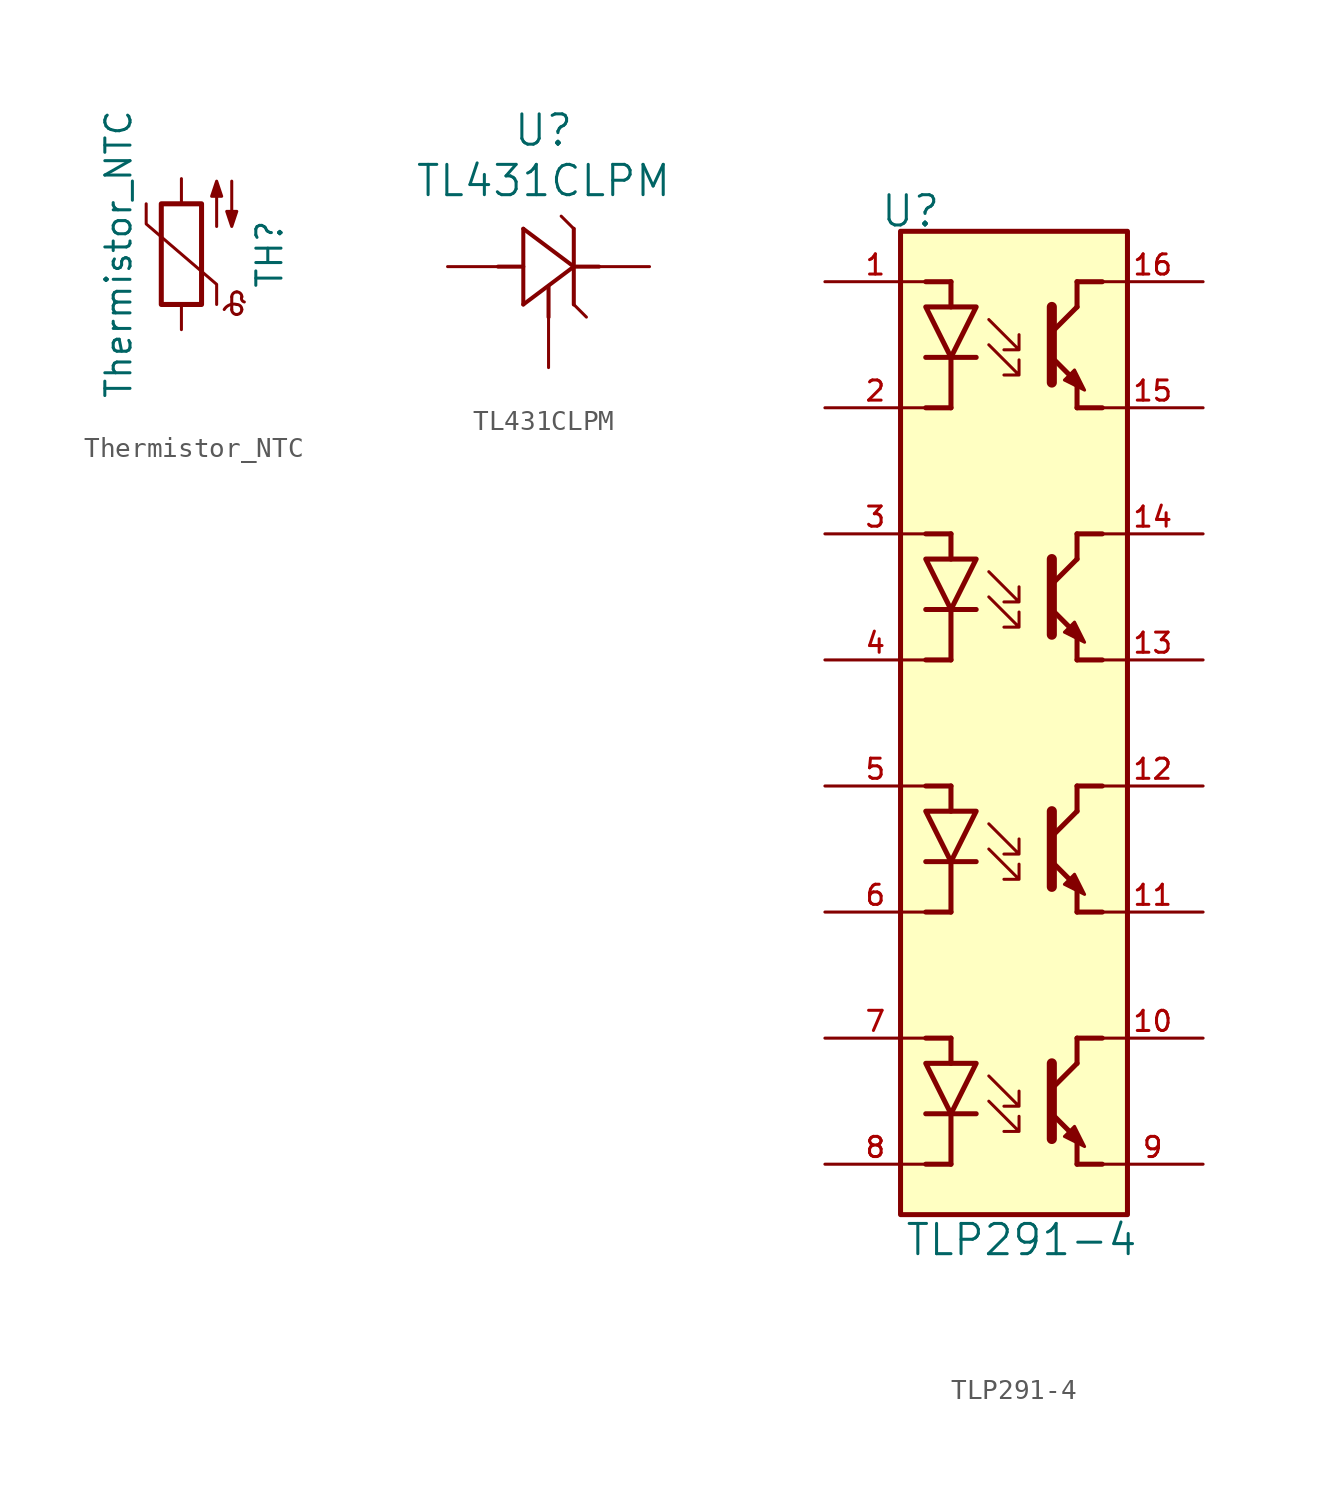
<source format=kicad_sym>
(kicad_symbol_lib
  (version 20231120)
  (generator "kicad_symbol_editor")
  (generator_version "8.0")
  (symbol "Thermistor_NTC"
    (pin_numbers hide)
    (pin_names
      (offset 0))
    (property "Reference" "TH"
      (at 4.445 0 90)
      (effects (font (size 1.27 1.27))))
    (property "Value" "Thermistor_NTC"
      (at -3.175 0 90)
      (effects (font (size 1.27 1.27))))
    (symbol "Thermistor_NTC_0_1"
      (polyline (pts (xy 2.54 -2.159) (xy 2.54 -2.794)) (stroke (width 0) (type default)) (fill (type none)))
      (polyline (pts (xy 1.778 -2.54) (xy 1.778 -1.524) (xy -1.778 1.524) (xy -1.778 2.54)) (stroke (width 0) (type default)) (fill (type none)))
      (polyline (pts (xy 1.778 1.397) (xy 1.778 3.683) (xy 2.032 2.921) (xy 1.524 2.921) (xy 1.778 3.683) (xy 1.778 3.429)) (stroke (width 0) (type default)) (fill (type outline)))
      (polyline (pts (xy 2.54 3.683) (xy 2.54 1.397) (xy 2.794 2.159) (xy 2.286 2.159) (xy 2.54 1.397) (xy 2.54 1.651)) (stroke (width 0) (type default)) (fill (type outline)))
      (rectangle (start 1.016 -2.54) (end -1.016 2.54) (stroke (width 0.254) (type default)) (fill (type none)))
      (arc (start 2.54 -2.794) (mid 2.6144 -2.9736) (end 2.794 -3.048) (stroke (width 0) (type default)) (fill (type none)))
      (arc (start 2.794 -3.048) (mid 2.9736 -2.9736) (end 3.048 -2.794) (stroke (width 0) (type default)) (fill (type none)))
      (arc (start 2.794 -2.54) (mid 2.434 -2.5608) (end 2.159 -2.794) (stroke (width 0) (type default)) (fill (type none)))
      (arc (start 2.794 -1.905) (mid 2.6144 -1.9794) (end 2.54 -2.159) (stroke (width 0) (type default)) (fill (type none)))
      (arc (start 3.048 -2.794) (mid 2.9736 -2.6144) (end 2.794 -2.54) (stroke (width 0) (type default)) (fill (type none)))
      (arc (start 3.048 -2.159) (mid 2.9736 -1.9794) (end 2.794 -1.905) (stroke (width 0) (type default)) (fill (type none)))
      (arc (start 3.048 -2.159) (mid 3.0505 -2.3165) (end 3.175 -2.413) (stroke (width 0) (type default)) (fill (type none))))
    (symbol "Thermistor_NTC_1_1"
      (pin passive line (at 0 -3.81 90) (length 1.27) (name "~" (effects (font (size 1.27 1.27)))) (number "1" (effects (font (size 1.27 1.27)))))
      (pin passive line (at 0 3.81 270) (length 1.27) (name "~" (effects (font (size 1.27 1.27)))) (number "2" (effects (font (size 1.27 1.27)))))))
  (symbol "TL431CLPM"
    (pin_numbers hide)
    (pin_names
      (offset 0.254) hide)
    (property "Reference" "U"
      (at 35.306 14.478 0)
      (effects (font (size 1.524 1.524))))
    (property "Value" "TL431CLPM"
      (at 35.306 11.938 0)
      (effects (font (size 1.524 1.524))))
    (symbol "TL431CLPM_0_1"
      (polyline (pts (xy 36.83 5.715) (xy 37.465 5.08)) (stroke (width 0) (type default)) (fill (type none)))
      (polyline (pts (xy 36.83 9.525) (xy 36.195 10.16)) (stroke (width 0) (type default)) (fill (type none))))
    (symbol "TL431CLPM_1_1"
      (polyline (pts (xy 33.02 7.62) (xy 34.29 7.62)) (stroke (width 0.203) (type default)) (fill (type none)))
      (polyline (pts (xy 34.29 5.715) (xy 36.83 7.62)) (stroke (width 0.203) (type default)) (fill (type none)))
      (polyline (pts (xy 34.29 9.525) (xy 34.29 5.715)) (stroke (width 0.203) (type default)) (fill (type none)))
      (polyline (pts (xy 35.56 6.604) (xy 35.56 5.08)) (stroke (width 0.203) (type default)) (fill (type none)))
      (polyline (pts (xy 36.83 5.715) (xy 36.83 9.525)) (stroke (width 0.203) (type default)) (fill (type none)))
      (polyline (pts (xy 36.83 7.62) (xy 34.29 9.525)) (stroke (width 0.203) (type default)) (fill (type none)))
      (polyline (pts (xy 36.83 7.62) (xy 38.1 7.62)) (stroke (width 0.203) (type default)) (fill (type none)))
      (pin unspecified line (at 40.64 7.62 180) (length 2.54) (name "K" (effects (font (size 1.27 1.27)))) (number "1" (effects (font (size 1.27 1.27)))))
      (pin unspecified line (at 35.56 2.54 90) (length 2.54) (name "VREF" (effects (font (size 1.27 1.27)))) (number "2" (effects (font (size 1.27 1.27)))))
      (pin unspecified line (at 30.48 7.62 0) (length 2.54) (name "A" (effects (font (size 1.27 1.27)))) (number "3" (effects (font (size 1.27 1.27)))))))
  (symbol "TLP291-4"
    (pin_names
      (offset 0.254) hide)
    (property "Reference" "U"
      (at -0.762 50.546 0)
      (effects (font (size 1.524 1.524))))
    (property "Value" "TLP291-4"
      (at 4.826 -1.27 0)
      (effects (font (size 1.524 1.524))))
    (symbol "TLP291-4_0_0"
      (rectangle (start -1.27 49.53) (end 10.16 0) (stroke (width 0.254) (type default)) (fill (type background)))
      (polyline (pts (xy 0 8.89) (xy 1.27 8.89)) (stroke (width 0.254) (type default)) (fill (type none)))
      (polyline (pts (xy 0 21.59) (xy 1.27 21.59)) (stroke (width 0.254) (type default)) (fill (type none)))
      (polyline (pts (xy 0 34.29) (xy 1.27 34.29)) (stroke (width 0.254) (type default)) (fill (type none)))
      (polyline (pts (xy 0 46.99) (xy 1.27 46.99)) (stroke (width 0.254) (type default)) (fill (type none)))
      (polyline (pts (xy 1.27 2.54) (xy 0 2.54)) (stroke (width 0.254) (type default)) (fill (type none)))
      (polyline (pts (xy 1.27 5.08) (xy 1.27 2.54)) (stroke (width 0.254) (type default)) (fill (type none)))
      (polyline (pts (xy 1.27 8.89) (xy 1.27 7.62)) (stroke (width 0.254) (type default)) (fill (type none)))
      (polyline (pts (xy 1.27 15.24) (xy 0 15.24)) (stroke (width 0.254) (type default)) (fill (type none)))
      (polyline (pts (xy 1.27 17.78) (xy 1.27 15.24)) (stroke (width 0.254) (type default)) (fill (type none)))
      (polyline (pts (xy 1.27 21.59) (xy 1.27 20.32)) (stroke (width 0.254) (type default)) (fill (type none)))
      (polyline (pts (xy 1.27 27.94) (xy 0 27.94)) (stroke (width 0.254) (type default)) (fill (type none)))
      (polyline (pts (xy 1.27 30.48) (xy 1.27 27.94)) (stroke (width 0.254) (type default)) (fill (type none)))
      (polyline (pts (xy 1.27 34.29) (xy 1.27 33.02)) (stroke (width 0.254) (type default)) (fill (type none)))
      (polyline (pts (xy 1.27 40.64) (xy 0 40.64)) (stroke (width 0.254) (type default)) (fill (type none)))
      (polyline (pts (xy 1.27 43.18) (xy 1.27 40.64)) (stroke (width 0.254) (type default)) (fill (type none)))
      (polyline (pts (xy 1.27 46.99) (xy 1.27 45.72)) (stroke (width 0.254) (type default)) (fill (type none)))
      (polyline (pts (xy 7.62 2.54) (xy 8.89 2.54)) (stroke (width 0.254) (type default)) (fill (type none)))
      (polyline (pts (xy 7.62 3.81) (xy 7.62 2.54)) (stroke (width 0.254) (type default)) (fill (type none)))
      (polyline (pts (xy 7.62 8.89) (xy 7.62 7.62)) (stroke (width 0.254) (type default)) (fill (type none)))
      (polyline (pts (xy 7.62 15.24) (xy 8.89 15.24)) (stroke (width 0.254) (type default)) (fill (type none)))
      (polyline (pts (xy 7.62 16.51) (xy 7.62 15.24)) (stroke (width 0.254) (type default)) (fill (type none)))
      (polyline (pts (xy 7.62 21.59) (xy 7.62 20.32)) (stroke (width 0.254) (type default)) (fill (type none)))
      (polyline (pts (xy 7.62 27.94) (xy 8.89 27.94)) (stroke (width 0.254) (type default)) (fill (type none)))
      (polyline (pts (xy 7.62 29.21) (xy 7.62 27.94)) (stroke (width 0.254) (type default)) (fill (type none)))
      (polyline (pts (xy 7.62 34.29) (xy 7.62 33.02)) (stroke (width 0.254) (type default)) (fill (type none)))
      (polyline (pts (xy 7.62 40.64) (xy 8.89 40.64)) (stroke (width 0.254) (type default)) (fill (type none)))
      (polyline (pts (xy 7.62 41.91) (xy 7.62 40.64)) (stroke (width 0.254) (type default)) (fill (type none)))
      (polyline (pts (xy 7.62 46.99) (xy 7.62 45.72)) (stroke (width 0.254) (type default)) (fill (type none)))
      (polyline (pts (xy 8.89 8.89) (xy 7.62 8.89)) (stroke (width 0.254) (type default)) (fill (type none)))
      (polyline (pts (xy 8.89 21.59) (xy 7.62 21.59)) (stroke (width 0.254) (type default)) (fill (type none)))
      (polyline (pts (xy 8.89 34.29) (xy 7.62 34.29)) (stroke (width 0.254) (type default)) (fill (type none)))
      (polyline (pts (xy 8.89 46.99) (xy 7.62 46.99)) (stroke (width 0.254) (type default)) (fill (type none)))
      (pin passive line (at -5.08 46.99 0) (length 5.08) (name "A" (effects (font (size 1.016 1.016)))) (number "1" (effects (font (size 1.016 1.016)))))
      (pin passive line (at -5.08 40.64 0) (length 5.08) (name "K" (effects (font (size 1.016 1.016)))) (number "2" (effects (font (size 1.016 1.016))))))
    (symbol "TLP291-4_0_1"
      (polyline (pts (xy 2.54 5.08) (xy 0 5.08)) (stroke (width 0.254) (type default)) (fill (type none)))
      (polyline (pts (xy 2.54 17.78) (xy 0 17.78)) (stroke (width 0.254) (type default)) (fill (type none)))
      (polyline (pts (xy 2.54 30.48) (xy 0 30.48)) (stroke (width 0.254) (type default)) (fill (type none)))
      (polyline (pts (xy 2.54 43.18) (xy 0 43.18)) (stroke (width 0.254) (type default)) (fill (type none)))
      (polyline (pts (xy 6.35 7.62) (xy 6.35 3.81) (xy 6.35 3.81)) (stroke (width 0.508) (type default)) (fill (type none)))
      (polyline (pts (xy 6.35 20.32) (xy 6.35 16.51) (xy 6.35 16.51)) (stroke (width 0.508) (type default)) (fill (type none)))
      (polyline (pts (xy 6.35 33.02) (xy 6.35 29.21) (xy 6.35 29.21)) (stroke (width 0.508) (type default)) (fill (type none)))
      (polyline (pts (xy 6.35 45.72) (xy 6.35 41.91) (xy 6.35 41.91)) (stroke (width 0.508) (type default)) (fill (type none)))
      (polyline (pts (xy 2.54 7.62) (xy 0 7.62) (xy 1.27 5.08) (xy 2.54 7.62)) (stroke (width 0.254) (type default)) (fill (type none)))
      (polyline (pts (xy 2.54 20.32) (xy 0 20.32) (xy 1.27 17.78) (xy 2.54 20.32)) (stroke (width 0.254) (type default)) (fill (type none)))
      (polyline (pts (xy 2.54 33.02) (xy 0 33.02) (xy 1.27 30.48) (xy 2.54 33.02)) (stroke (width 0.254) (type default)) (fill (type none)))
      (polyline (pts (xy 2.54 45.72) (xy 0 45.72) (xy 1.27 43.18) (xy 2.54 45.72)) (stroke (width 0.254) (type default)) (fill (type none)))
      (polyline (pts (xy 3.175 5.715) (xy 4.699 4.191) (xy 4.699 4.953) (xy 4.699 4.191) (xy 3.937 4.191)) (stroke (width 0) (type default)) (fill (type none)))
      (polyline (pts (xy 3.175 6.985) (xy 4.699 5.461) (xy 4.699 6.223) (xy 4.699 5.461) (xy 3.937 5.461)) (stroke (width 0) (type default)) (fill (type none)))
      (polyline (pts (xy 3.175 18.415) (xy 4.699 16.891) (xy 4.699 17.653) (xy 4.699 16.891) (xy 3.937 16.891)) (stroke (width 0) (type default)) (fill (type none)))
      (polyline (pts (xy 3.175 19.685) (xy 4.699 18.161) (xy 4.699 18.923) (xy 4.699 18.161) (xy 3.937 18.161)) (stroke (width 0) (type default)) (fill (type none)))
      (polyline (pts (xy 3.175 31.115) (xy 4.699 29.591) (xy 4.699 30.353) (xy 4.699 29.591) (xy 3.937 29.591)) (stroke (width 0) (type default)) (fill (type none)))
      (polyline (pts (xy 3.175 32.385) (xy 4.699 30.861) (xy 4.699 31.623) (xy 4.699 30.861) (xy 3.937 30.861)) (stroke (width 0) (type default)) (fill (type none)))
      (polyline (pts (xy 3.175 43.815) (xy 4.699 42.291) (xy 4.699 43.053) (xy 4.699 42.291) (xy 3.937 42.291)) (stroke (width 0) (type default)) (fill (type none)))
      (polyline (pts (xy 3.175 45.085) (xy 4.699 43.561) (xy 4.699 44.323) (xy 4.699 43.561) (xy 3.937 43.561)) (stroke (width 0) (type default)) (fill (type none)))
      (polyline (pts (xy 6.985 3.937) (xy 7.493 4.445) (xy 8.001 3.429) (xy 6.985 3.937) (xy 6.985 3.937)) (stroke (width 0) (type default)) (fill (type outline)))
      (polyline (pts (xy 6.985 16.637) (xy 7.493 17.145) (xy 8.001 16.129) (xy 6.985 16.637) (xy 6.985 16.637)) (stroke (width 0) (type default)) (fill (type outline)))
      (polyline (pts (xy 6.985 29.337) (xy 7.493 29.845) (xy 8.001 28.829) (xy 6.985 29.337) (xy 6.985 29.337)) (stroke (width 0) (type default)) (fill (type outline)))
      (polyline (pts (xy 6.985 42.037) (xy 7.493 42.545) (xy 8.001 41.529) (xy 6.985 42.037) (xy 6.985 42.037)) (stroke (width 0) (type default)) (fill (type outline))))
    (symbol "TLP291-4_1_0"
      (pin passive line (at 13.97 8.89 180) (length 5.08) (name "C" (effects (font (size 1.016 1.016)))) (number "10" (effects (font (size 1.016 1.016)))))
      (pin passive line (at 13.97 15.24 180) (length 5.08) (name "E" (effects (font (size 1.016 1.016)))) (number "11" (effects (font (size 1.016 1.016)))))
      (pin passive line (at 13.97 21.59 180) (length 5.08) (name "C" (effects (font (size 1.016 1.016)))) (number "12" (effects (font (size 1.016 1.016)))))
      (pin passive line (at 13.97 27.94 180) (length 5.08) (name "E" (effects (font (size 1.016 1.016)))) (number "13" (effects (font (size 1.016 1.016)))))
      (pin passive line (at 13.97 34.29 180) (length 5.08) (name "C" (effects (font (size 1.016 1.016)))) (number "14" (effects (font (size 1.016 1.016)))))
      (pin passive line (at 13.97 40.64 180) (length 5.08) (name "E" (effects (font (size 1.016 1.016)))) (number "15" (effects (font (size 1.016 1.016)))))
      (pin passive line (at 13.97 46.99 180) (length 5.08) (name "C" (effects (font (size 1.016 1.016)))) (number "16" (effects (font (size 1.016 1.016)))))
      (pin passive line (at -5.08 34.29 0) (length 5.08) (name "A" (effects (font (size 1.016 1.016)))) (number "3" (effects (font (size 1.016 1.016)))))
      (pin passive line (at -5.08 27.94 0) (length 5.08) (name "K" (effects (font (size 1.016 1.016)))) (number "4" (effects (font (size 1.016 1.016)))))
      (pin passive line (at -5.08 21.59 0) (length 5.08) (name "A" (effects (font (size 1.016 1.016)))) (number "5" (effects (font (size 1.016 1.016)))))
      (pin passive line (at -5.08 15.24 0) (length 5.08) (name "K" (effects (font (size 1.016 1.016)))) (number "6" (effects (font (size 1.016 1.016)))))
      (pin passive line (at -5.08 8.89 0) (length 5.08) (name "A" (effects (font (size 1.016 1.016)))) (number "7" (effects (font (size 1.016 1.016)))))
      (pin passive line (at -5.08 2.54 0) (length 5.08) (name "K" (effects (font (size 1.016 1.016)))) (number "8" (effects (font (size 1.016 1.016)))))
      (pin passive line (at 13.97 2.54 180) (length 5.08) (name "E" (effects (font (size 1.016 1.016)))) (number "9" (effects (font (size 1.016 1.016))))))
    (symbol "TLP291-4_1_1"
      (polyline (pts (xy 6.35 6.35) (xy 7.62 7.62)) (stroke (width 0.254) (type default)) (fill (type none)))
      (polyline (pts (xy 6.35 19.05) (xy 7.62 20.32)) (stroke (width 0.254) (type default)) (fill (type none)))
      (polyline (pts (xy 6.35 31.75) (xy 7.62 33.02)) (stroke (width 0.254) (type default)) (fill (type none)))
      (polyline (pts (xy 6.35 44.45) (xy 7.62 45.72)) (stroke (width 0.254) (type default)) (fill (type none)))
      (polyline (pts (xy 6.35 5.08) (xy 7.62 3.81) (xy 7.62 3.81)) (stroke (width 0.254) (type default)) (fill (type none)))
      (polyline (pts (xy 6.35 17.78) (xy 7.62 16.51) (xy 7.62 16.51)) (stroke (width 0.254) (type default)) (fill (type none)))
      (polyline (pts (xy 6.35 30.48) (xy 7.62 29.21) (xy 7.62 29.21)) (stroke (width 0.254) (type default)) (fill (type none)))
      (polyline (pts (xy 6.35 43.18) (xy 7.62 41.91) (xy 7.62 41.91)) (stroke (width 0.254) (type default)) (fill (type none))))))
</source>
